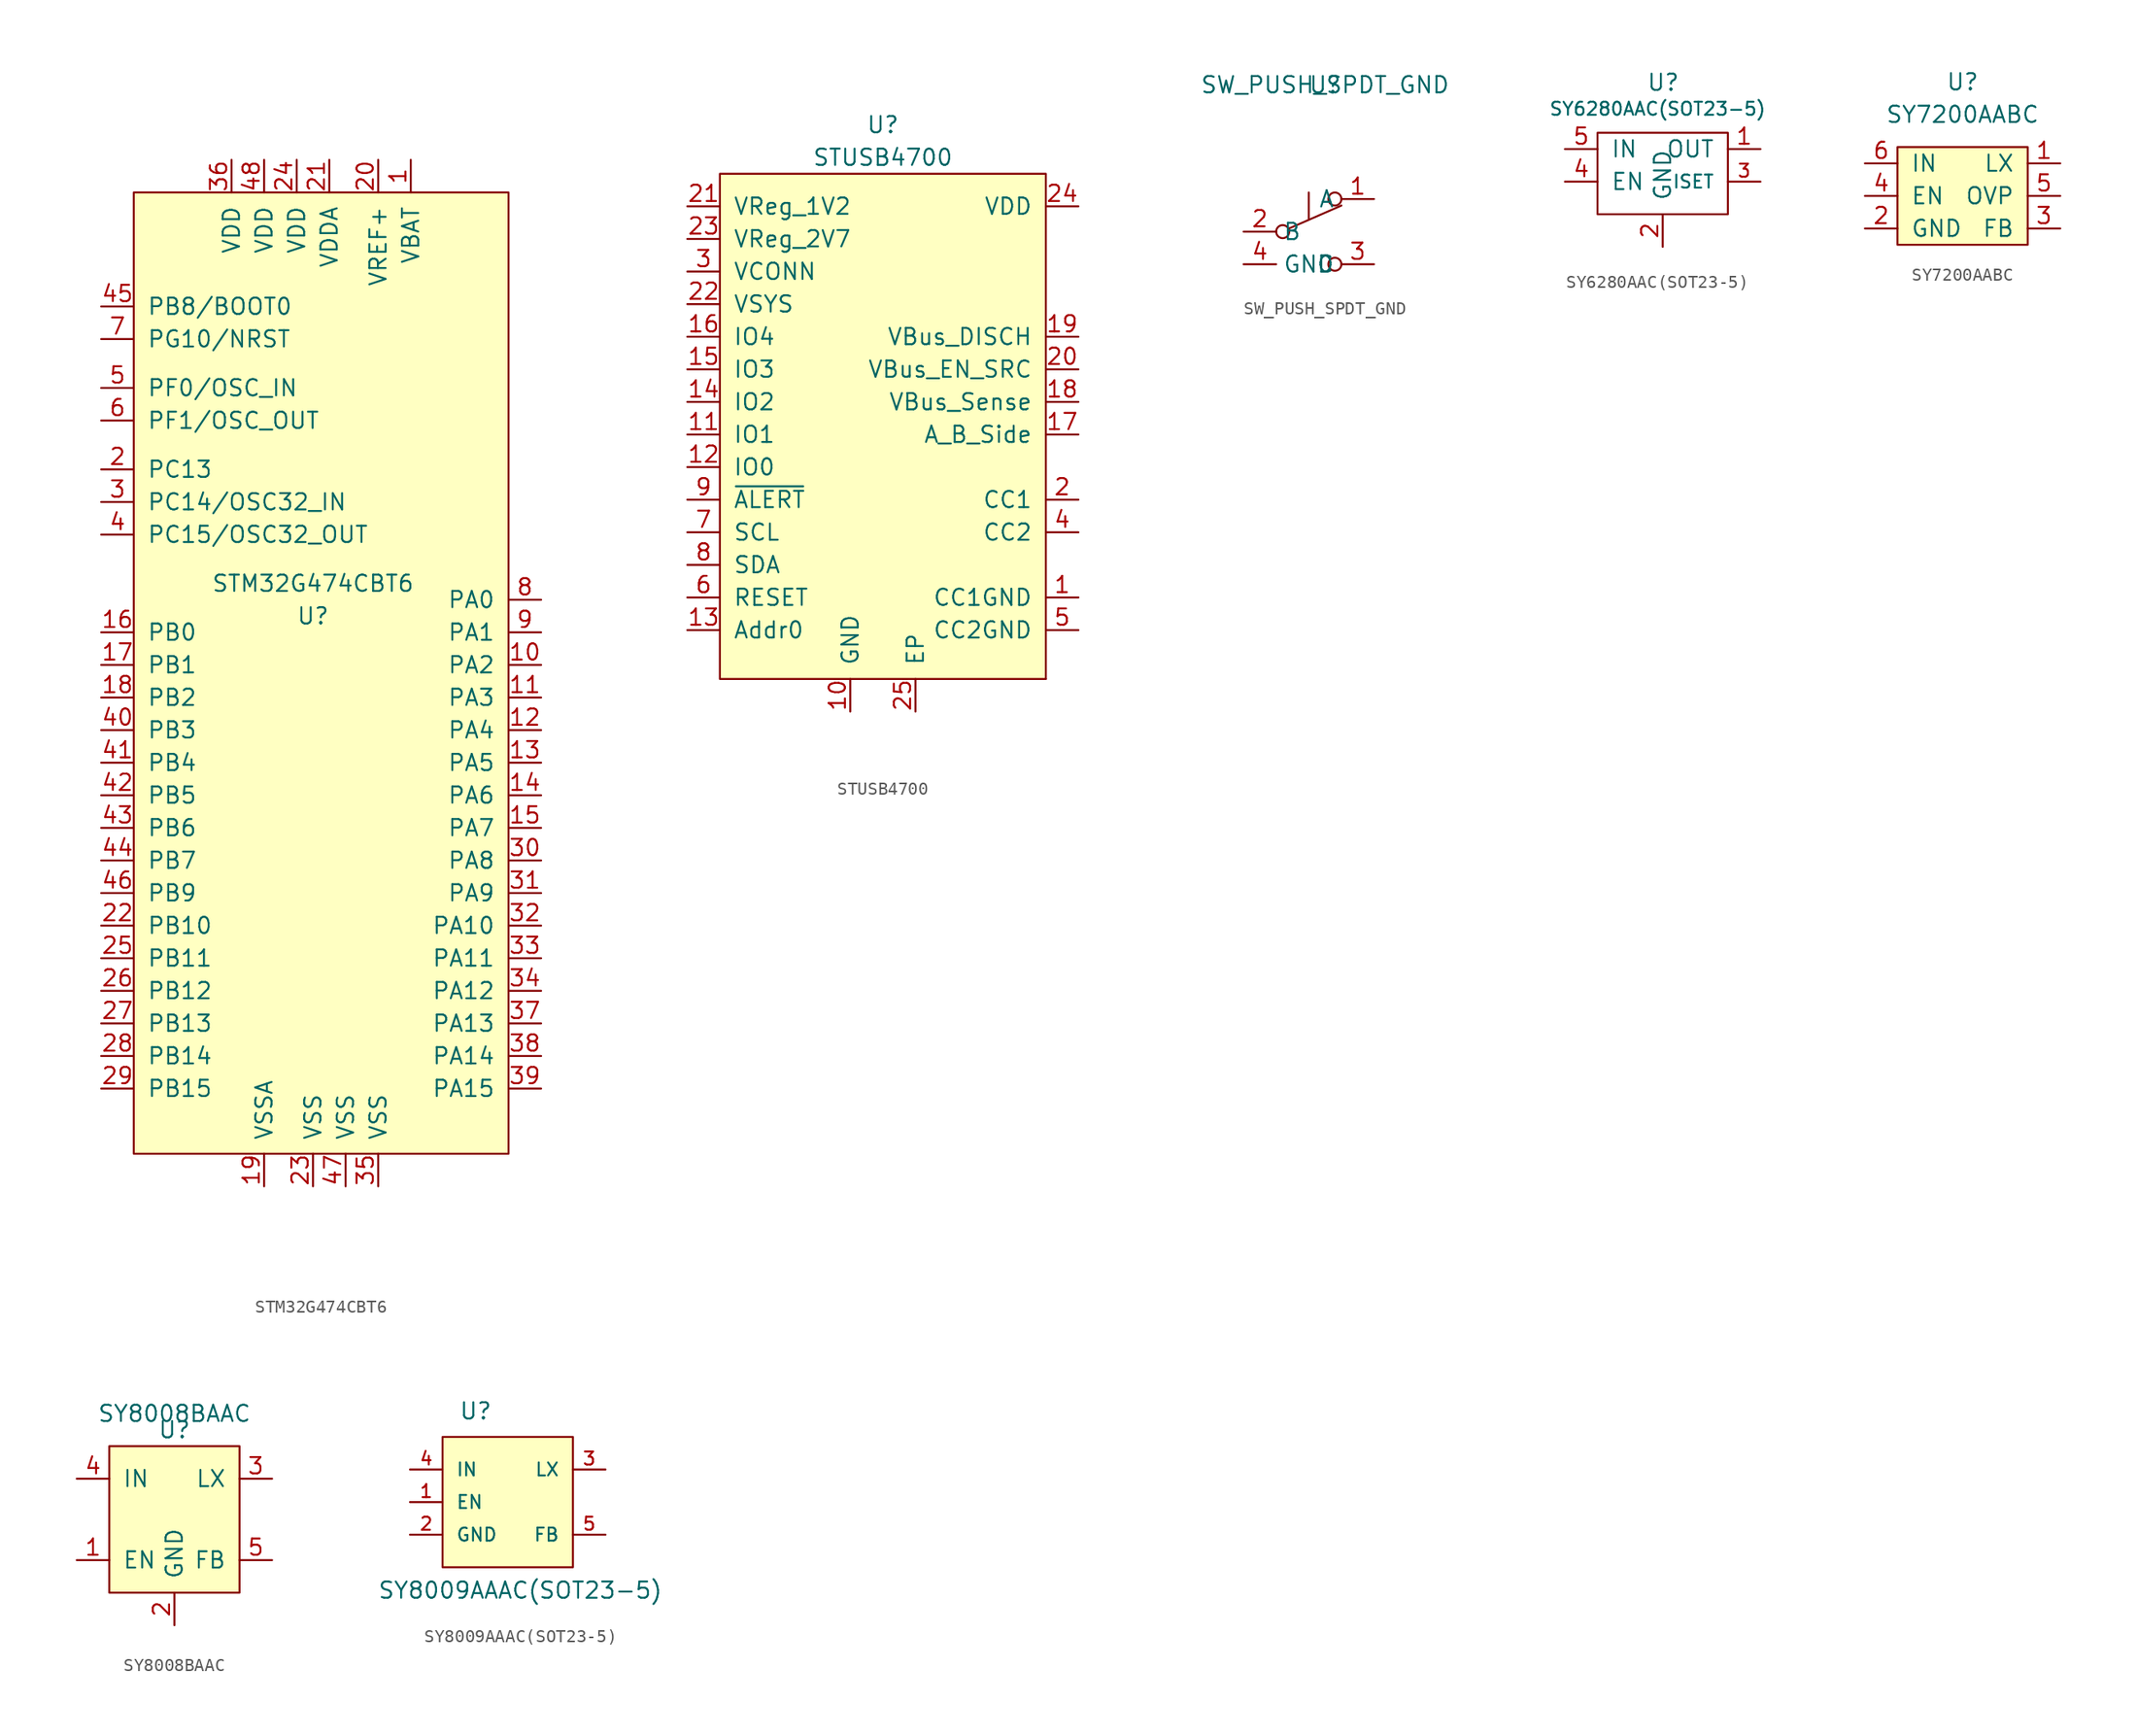
<source format=kicad_sym>
(kicad_symbol_lib
  (version 20211014)
  (generator kicad_symbol_editor)
  (symbol "STM32G474CBT6"
    (pin_names
      (offset 1.016))
    (property "Reference" "U"
      (at 0 7.62 0)
      (effects (font (size 1.27 1.27))))
    (property "Value" "STM32G474CBT6"
      (at 0 10.16 0)
      (effects (font (size 1.27 1.27))))
    (symbol "STM32G474CBT6_0_0"
      (pin unspecified line (at 17.78 3.81 180) (length 2.54) (name "PA2" (effects (font (size 1.27 1.27)))) (number "10" (effects (font (size 1.27 1.27)))))
      (pin unspecified line (at 17.78 1.27 180) (length 2.54) (name "PA3" (effects (font (size 1.27 1.27)))) (number "11" (effects (font (size 1.27 1.27)))))
      (pin unspecified line (at 17.78 -1.27 180) (length 2.54) (name "PA4" (effects (font (size 1.27 1.27)))) (number "12" (effects (font (size 1.27 1.27)))))
      (pin unspecified line (at 17.78 -3.81 180) (length 2.54) (name "PA5" (effects (font (size 1.27 1.27)))) (number "13" (effects (font (size 1.27 1.27)))))
      (pin unspecified line (at 17.78 -6.35 180) (length 2.54) (name "PA6" (effects (font (size 1.27 1.27)))) (number "14" (effects (font (size 1.27 1.27)))))
      (pin unspecified line (at 17.78 -8.89 180) (length 2.54) (name "PA7" (effects (font (size 1.27 1.27)))) (number "15" (effects (font (size 1.27 1.27)))))
      (pin unspecified line (at -16.51 6.35 0) (length 2.54) (name "PB0" (effects (font (size 1.27 1.27)))) (number "16" (effects (font (size 1.27 1.27)))))
      (pin unspecified line (at -16.51 3.81 0) (length 2.54) (name "PB1" (effects (font (size 1.27 1.27)))) (number "17" (effects (font (size 1.27 1.27)))))
      (pin unspecified line (at -16.51 1.27 0) (length 2.54) (name "PB2" (effects (font (size 1.27 1.27)))) (number "18" (effects (font (size 1.27 1.27)))))
      (pin unspecified line (at -3.81 -36.83 90) (length 2.54) (name "VSSA" (effects (font (size 1.27 1.27)))) (number "19" (effects (font (size 1.27 1.27)))))
      (pin unspecified line (at 5.08 43.18 270) (length 2.54) (name "VREF+" (effects (font (size 1.27 1.27)))) (number "20" (effects (font (size 1.27 1.27)))))
      (pin unspecified line (at 1.27 43.18 270) (length 2.54) (name "VDDA" (effects (font (size 1.27 1.27)))) (number "21" (effects (font (size 1.27 1.27)))))
      (pin unspecified line (at -16.51 -16.51 0) (length 2.54) (name "PB10" (effects (font (size 1.27 1.27)))) (number "22" (effects (font (size 1.27 1.27)))))
      (pin unspecified line (at 0 -36.83 90) (length 2.54) (name "VSS" (effects (font (size 1.27 1.27)))) (number "23" (effects (font (size 1.27 1.27)))))
      (pin unspecified line (at -1.27 43.18 270) (length 2.54) (name "VDD" (effects (font (size 1.27 1.27)))) (number "24" (effects (font (size 1.27 1.27)))))
      (pin unspecified line (at -16.51 -19.05 0) (length 2.54) (name "PB11" (effects (font (size 1.27 1.27)))) (number "25" (effects (font (size 1.27 1.27)))))
      (pin unspecified line (at -16.51 -21.59 0) (length 2.54) (name "PB12" (effects (font (size 1.27 1.27)))) (number "26" (effects (font (size 1.27 1.27)))))
      (pin unspecified line (at -16.51 -24.13 0) (length 2.54) (name "PB13" (effects (font (size 1.27 1.27)))) (number "27" (effects (font (size 1.27 1.27)))))
      (pin unspecified line (at -16.51 -26.67 0) (length 2.54) (name "PB14" (effects (font (size 1.27 1.27)))) (number "28" (effects (font (size 1.27 1.27)))))
      (pin unspecified line (at -16.51 -29.21 0) (length 2.54) (name "PB15" (effects (font (size 1.27 1.27)))) (number "29" (effects (font (size 1.27 1.27)))))
      (pin unspecified line (at 17.78 -11.43 180) (length 2.54) (name "PA8" (effects (font (size 1.27 1.27)))) (number "30" (effects (font (size 1.27 1.27)))))
      (pin unspecified line (at 17.78 -13.97 180) (length 2.54) (name "PA9" (effects (font (size 1.27 1.27)))) (number "31" (effects (font (size 1.27 1.27)))))
      (pin unspecified line (at 17.78 -16.51 180) (length 2.54) (name "PA10" (effects (font (size 1.27 1.27)))) (number "32" (effects (font (size 1.27 1.27)))))
      (pin unspecified line (at 17.78 -19.05 180) (length 2.54) (name "PA11" (effects (font (size 1.27 1.27)))) (number "33" (effects (font (size 1.27 1.27)))))
      (pin unspecified line (at 17.78 -21.59 180) (length 2.54) (name "PA12" (effects (font (size 1.27 1.27)))) (number "34" (effects (font (size 1.27 1.27)))))
      (pin unspecified line (at 5.08 -36.83 90) (length 2.54) (name "VSS" (effects (font (size 1.27 1.27)))) (number "35" (effects (font (size 1.27 1.27)))))
      (pin unspecified line (at -6.35 43.18 270) (length 2.54) (name "VDD" (effects (font (size 1.27 1.27)))) (number "36" (effects (font (size 1.27 1.27)))))
      (pin unspecified line (at 17.78 -24.13 180) (length 2.54) (name "PA13" (effects (font (size 1.27 1.27)))) (number "37" (effects (font (size 1.27 1.27)))))
      (pin unspecified line (at 17.78 -26.67 180) (length 2.54) (name "PA14" (effects (font (size 1.27 1.27)))) (number "38" (effects (font (size 1.27 1.27)))))
      (pin unspecified line (at 17.78 -29.21 180) (length 2.54) (name "PA15" (effects (font (size 1.27 1.27)))) (number "39" (effects (font (size 1.27 1.27)))))
      (pin unspecified line (at -16.51 -1.27 0) (length 2.54) (name "PB3" (effects (font (size 1.27 1.27)))) (number "40" (effects (font (size 1.27 1.27)))))
      (pin unspecified line (at -16.51 -3.81 0) (length 2.54) (name "PB4" (effects (font (size 1.27 1.27)))) (number "41" (effects (font (size 1.27 1.27)))))
      (pin unspecified line (at -16.51 -6.35 0) (length 2.54) (name "PB5" (effects (font (size 1.27 1.27)))) (number "42" (effects (font (size 1.27 1.27)))))
      (pin unspecified line (at -16.51 -8.89 0) (length 2.54) (name "PB6" (effects (font (size 1.27 1.27)))) (number "43" (effects (font (size 1.27 1.27)))))
      (pin unspecified line (at -16.51 -11.43 0) (length 2.54) (name "PB7" (effects (font (size 1.27 1.27)))) (number "44" (effects (font (size 1.27 1.27)))))
      (pin unspecified line (at -16.51 31.75 0) (length 2.54) (name "PB8/BOOT0" (effects (font (size 1.27 1.27)))) (number "45" (effects (font (size 1.27 1.27)))))
      (pin unspecified line (at -16.51 -13.97 0) (length 2.54) (name "PB9" (effects (font (size 1.27 1.27)))) (number "46" (effects (font (size 1.27 1.27)))))
      (pin unspecified line (at 2.54 -36.83 90) (length 2.54) (name "VSS" (effects (font (size 1.27 1.27)))) (number "47" (effects (font (size 1.27 1.27)))))
      (pin unspecified line (at -3.81 43.18 270) (length 2.54) (name "VDD" (effects (font (size 1.27 1.27)))) (number "48" (effects (font (size 1.27 1.27)))))
      (pin input line (at -16.51 22.86 0) (length 2.54) (name "PF1/OSC_OUT" (effects (font (size 1.27 1.27)))) (number "6" (effects (font (size 1.27 1.27)))))
      (pin input line (at -16.51 29.21 0) (length 2.54) (name "PG10/NRST" (effects (font (size 1.27 1.27)))) (number "7" (effects (font (size 1.27 1.27)))))
      (pin input line (at 17.78 8.89 180) (length 2.54) (name "PA0" (effects (font (size 1.27 1.27)))) (number "8" (effects (font (size 1.27 1.27)))))
      (pin unspecified line (at 17.78 6.35 180) (length 2.54) (name "PA1" (effects (font (size 1.27 1.27)))) (number "9" (effects (font (size 1.27 1.27))))))
    (symbol "STM32G474CBT6_0_1"
      (rectangle (start -13.97 40.64) (end 15.24 -34.29) (stroke (width 0) (type default) (color 0 0 0 0)) (fill (type background))))
    (symbol "STM32G474CBT6_1_1"
      (pin input line (at 7.62 43.18 270) (length 2.54) (name "VBAT" (effects (font (size 1.27 1.27)))) (number "1" (effects (font (size 1.27 1.27)))))
      (pin input line (at -16.51 19.05 0) (length 2.54) (name "PC13" (effects (font (size 1.27 1.27)))) (number "2" (effects (font (size 1.27 1.27)))))
      (pin input line (at -16.51 16.51 0) (length 2.54) (name "PC14/OSC32_IN" (effects (font (size 1.27 1.27)))) (number "3" (effects (font (size 1.27 1.27)))))
      (pin input line (at -16.51 13.97 0) (length 2.54) (name "PC15/OSC32_OUT" (effects (font (size 1.27 1.27)))) (number "4" (effects (font (size 1.27 1.27)))))
      (pin input line (at -16.51 25.4 0) (length 2.54) (name "PF0/OSC_IN" (effects (font (size 1.27 1.27)))) (number "5" (effects (font (size 1.27 1.27)))))))
  (symbol "STUSB4700"
    (pin_names
      (offset 1.016))
    (property "Reference" "U"
      (at 0 27.94 0)
      (effects (font (size 1.27 1.27))))
    (property "Value" "STUSB4700"
      (at 0 25.4 0)
      (effects (font (size 1.27 1.27))))
    (symbol "STUSB4700_0_1"
      (rectangle (start -12.7 24.13) (end 12.7 -15.24) (stroke (width 0) (type default) (color 0 0 0 0)) (fill (type background)))
      (rectangle (start 12.7 -15.24) (end 12.7 -15.24) (stroke (width 0) (type default) (color 0 0 0 0)) (fill (type none))))
    (symbol "STUSB4700_1_1"
      (pin input line (at 15.24 -8.89 180) (length 2.54) (name "CC1GND" (effects (font (size 1.27 1.27)))) (number "1" (effects (font (size 1.27 1.27)))))
      (pin input line (at -2.54 -17.78 90) (length 2.54) (name "GND" (effects (font (size 1.27 1.27)))) (number "10" (effects (font (size 1.27 1.27)))))
      (pin input line (at -15.24 3.81 0) (length 2.54) (name "IO1" (effects (font (size 1.27 1.27)))) (number "11" (effects (font (size 1.27 1.27)))))
      (pin input line (at -15.24 1.27 0) (length 2.54) (name "IO0" (effects (font (size 1.27 1.27)))) (number "12" (effects (font (size 1.27 1.27)))))
      (pin input line (at -15.24 -11.43 0) (length 2.54) (name "Addr0" (effects (font (size 1.27 1.27)))) (number "13" (effects (font (size 1.27 1.27)))))
      (pin input line (at -15.24 6.35 0) (length 2.54) (name "IO2" (effects (font (size 1.27 1.27)))) (number "14" (effects (font (size 1.27 1.27)))))
      (pin input line (at -15.24 8.89 0) (length 2.54) (name "IO3" (effects (font (size 1.27 1.27)))) (number "15" (effects (font (size 1.27 1.27)))))
      (pin input line (at -15.24 11.43 0) (length 2.54) (name "IO4" (effects (font (size 1.27 1.27)))) (number "16" (effects (font (size 1.27 1.27)))))
      (pin input line (at 15.24 3.81 180) (length 2.54) (name "A_B_Side" (effects (font (size 1.27 1.27)))) (number "17" (effects (font (size 1.27 1.27)))))
      (pin input line (at 15.24 6.35 180) (length 2.54) (name "VBus_Sense" (effects (font (size 1.27 1.27)))) (number "18" (effects (font (size 1.27 1.27)))))
      (pin input line (at 15.24 11.43 180) (length 2.54) (name "VBus_DISCH" (effects (font (size 1.27 1.27)))) (number "19" (effects (font (size 1.27 1.27)))))
      (pin input line (at 15.24 -1.27 180) (length 2.54) (name "CC1" (effects (font (size 1.27 1.27)))) (number "2" (effects (font (size 1.27 1.27)))))
      (pin input line (at 15.24 8.89 180) (length 2.54) (name "VBus_EN_SRC" (effects (font (size 1.27 1.27)))) (number "20" (effects (font (size 1.27 1.27)))))
      (pin input line (at -15.24 21.59 0) (length 2.54) (name "VReg_1V2" (effects (font (size 1.27 1.27)))) (number "21" (effects (font (size 1.27 1.27)))))
      (pin input line (at -15.24 13.97 0) (length 2.54) (name "VSYS" (effects (font (size 1.27 1.27)))) (number "22" (effects (font (size 1.27 1.27)))))
      (pin input line (at -15.24 19.05 0) (length 2.54) (name "VReg_2V7" (effects (font (size 1.27 1.27)))) (number "23" (effects (font (size 1.27 1.27)))))
      (pin input line (at 15.24 21.59 180) (length 2.54) (name "VDD" (effects (font (size 1.27 1.27)))) (number "24" (effects (font (size 1.27 1.27)))))
      (pin input line (at 2.54 -17.78 90) (length 2.54) (name "EP" (effects (font (size 1.27 1.27)))) (number "25" (effects (font (size 1.27 1.27)))))
      (pin input line (at -15.24 16.51 0) (length 2.54) (name "VCONN" (effects (font (size 1.27 1.27)))) (number "3" (effects (font (size 1.27 1.27)))))
      (pin input line (at 15.24 -3.81 180) (length 2.54) (name "CC2" (effects (font (size 1.27 1.27)))) (number "4" (effects (font (size 1.27 1.27)))))
      (pin input line (at 15.24 -11.43 180) (length 2.54) (name "CC2GND" (effects (font (size 1.27 1.27)))) (number "5" (effects (font (size 1.27 1.27)))))
      (pin input line (at -15.24 -8.89 0) (length 2.54) (name "RESET" (effects (font (size 1.27 1.27)))) (number "6" (effects (font (size 1.27 1.27)))))
      (pin input line (at -15.24 -3.81 0) (length 2.54) (name "SCL" (effects (font (size 1.27 1.27)))) (number "7" (effects (font (size 1.27 1.27)))))
      (pin input line (at -15.24 -6.35 0) (length 2.54) (name "SDA" (effects (font (size 1.27 1.27)))) (number "8" (effects (font (size 1.27 1.27)))))
      (pin input line (at -15.24 -1.27 0) (length 2.54) (name "~{ALERT}" (effects (font (size 1.27 1.27)))) (number "9" (effects (font (size 1.27 1.27)))))))
  (symbol "SW_PUSH_SPDT_GND"
    (property "Reference" "U"
      (at 1.27 11.43 0)
      (effects (font (size 1.27 1.27))))
    (property "Value" "SW_PUSH_SPDT_GND"
      (at 1.27 11.43 0)
      (effects (font (size 1.27 1.27))))
    (symbol "SW_PUSH_SPDT_GND_0_0"
      (circle (center -2.032 0) (radius 0.508) (stroke (width 0) (type default) (color 0 0 0 0)) (fill (type none)))
      (polyline (pts (xy 0 1.016) (xy 0 3.048)) (stroke (width 0) (type default) (color 0 0 0 0)) (fill (type none)))
      (circle (center 2.032 -2.54) (radius 0.508) (stroke (width 0) (type default) (color 0 0 0 0)) (fill (type none))))
    (symbol "SW_PUSH_SPDT_GND_0_1"
      (polyline (pts (xy -1.524 0.254) (xy 2.54 2.032)) (stroke (width 0) (type default) (color 0 0 0 0)) (fill (type none)))
      (circle (center 2.032 2.54) (radius 0.508) (stroke (width 0) (type default) (color 0 0 0 0)) (fill (type none))))
    (symbol "SW_PUSH_SPDT_GND_1_1"
      (pin passive line (at 5.08 2.54 180) (length 2.54) (name "A" (effects (font (size 1.27 1.27)))) (number "1" (effects (font (size 1.27 1.27)))))
      (pin passive line (at -5.08 0 0) (length 2.54) (name "B" (effects (font (size 1.27 1.27)))) (number "2" (effects (font (size 1.27 1.27)))))
      (pin passive line (at 5.08 -2.54 180) (length 2.54) (name "C" (effects (font (size 1.27 1.27)))) (number "3" (effects (font (size 1.27 1.27)))))
      (pin passive line (at -5.08 -2.54 0) (length 2.54) (name "GND" (effects (font (size 1.27 1.27)))) (number "4" (effects (font (size 1.27 1.27)))))))
  (symbol "SY6280AAC(SOT23-5)"
    (pin_names
      (offset 1.016))
    (property "Reference" "U"
      (at -1.27 6.985 0)
      (effects (font (size 1.27 1.27)) (justify left bottom)))
    (property "Value" "SY6280AAC(SOT23-5)"
      (at -8.89 5.08 0)
      (effects (font (size 1.016 1.016)) (justify left bottom)))
    (property "Datasheet" ""
      (at 0 5.08 0)
      (effects (font (size 1.524 1.524))))
    (property "ki_locked" ""
      (at 0 0 0)
      (effects (font (size 1.27 1.27))))
    (symbol "SY6280AAC(SOT23-5)_0_1"
      (rectangle (start -5.08 3.81) (end 5.08 -2.54) (stroke (width 0) (type default) (color 0 0 0 0)) (fill (type none))))
    (symbol "SY6280AAC(SOT23-5)_1_1"
      (pin output line (at 7.62 2.54 180) (length 2.54) (name "OUT" (effects (font (size 1.27 1.27)))) (number "1" (effects (font (size 1.27 1.27)))))
      (pin power_in line (at 0 -5.08 90) (length 2.54) (name "GND" (effects (font (size 1.27 1.27)))) (number "2" (effects (font (size 1.27 1.27)))))
      (pin input line (at 7.62 0 180) (length 2.54) (name "ISET" (effects (font (size 1.016 1.016)))) (number "3" (effects (font (size 1.016 1.016)))))
      (pin input line (at -7.62 0 0) (length 2.54) (name "EN" (effects (font (size 1.27 1.27)))) (number "4" (effects (font (size 1.27 1.27)))))
      (pin power_in line (at -7.62 2.54 0) (length 2.54) (name "IN" (effects (font (size 1.27 1.27)))) (number "5" (effects (font (size 1.27 1.27)))))))
  (symbol "SY7200AABC"
    (pin_names
      (offset 1.016))
    (property "Reference" "U"
      (at 0 8.89 0)
      (effects (font (size 1.27 1.27))))
    (property "Value" "SY7200AABC"
      (at 0 6.35 0)
      (effects (font (size 1.27 1.27))))
    (symbol "SY7200AABC_0_1"
      (rectangle (start -5.08 3.81) (end 5.08 -3.81) (stroke (width 0) (type default) (color 0 0 0 0)) (fill (type background))))
    (symbol "SY7200AABC_1_1"
      (pin input line (at 7.62 2.54 180) (length 2.54) (name "LX" (effects (font (size 1.27 1.27)))) (number "1" (effects (font (size 1.27 1.27)))))
      (pin input line (at -7.62 -2.54 0) (length 2.54) (name "GND" (effects (font (size 1.27 1.27)))) (number "2" (effects (font (size 1.27 1.27)))))
      (pin input line (at 7.62 -2.54 180) (length 2.54) (name "FB" (effects (font (size 1.27 1.27)))) (number "3" (effects (font (size 1.27 1.27)))))
      (pin input line (at -7.62 0 0) (length 2.54) (name "EN" (effects (font (size 1.27 1.27)))) (number "4" (effects (font (size 1.27 1.27)))))
      (pin input line (at 7.62 0 180) (length 2.54) (name "OVP" (effects (font (size 1.27 1.27)))) (number "5" (effects (font (size 1.27 1.27)))))
      (pin input line (at -7.62 2.54 0) (length 2.54) (name "IN" (effects (font (size 1.27 1.27)))) (number "6" (effects (font (size 1.27 1.27)))))))
  (symbol "SY8008BAAC"
    (pin_names
      (offset 1.016))
    (property "Reference" "U"
      (at 0 6.35 0)
      (effects (font (size 1.27 1.27))))
    (property "Value" "SY8008BAAC"
      (at 0 7.62 0)
      (effects (font (size 1.27 1.27))))
    (symbol "SY8008BAAC_0_1"
      (rectangle (start -5.08 5.08) (end 5.08 -6.35) (stroke (width 0) (type default) (color 0 0 0 0)) (fill (type background))))
    (symbol "SY8008BAAC_1_1"
      (pin input line (at -7.62 -3.81 0) (length 2.54) (name "EN" (effects (font (size 1.27 1.27)))) (number "1" (effects (font (size 1.27 1.27)))))
      (pin input line (at 0 -8.89 90) (length 2.54) (name "GND" (effects (font (size 1.27 1.27)))) (number "2" (effects (font (size 1.27 1.27)))))
      (pin input line (at 7.62 2.54 180) (length 2.54) (name "LX" (effects (font (size 1.27 1.27)))) (number "3" (effects (font (size 1.27 1.27)))))
      (pin input line (at -7.62 2.54 0) (length 2.54) (name "IN" (effects (font (size 1.27 1.27)))) (number "4" (effects (font (size 1.27 1.27)))))
      (pin input line (at 7.62 -3.81 180) (length 2.54) (name "FB" (effects (font (size 1.27 1.27)))) (number "5" (effects (font (size 1.27 1.27)))))))
  (symbol "SY8009AAAC(SOT23-5)"
    (pin_names
      (offset 1.016))
    (property "Reference" "U"
      (at -3.81 6.35 0)
      (effects (font (size 1.27 1.27)) (justify left bottom)))
    (property "Value" "SY8009AAAC(SOT23-5)"
      (at -10.16 -7.62 0)
      (effects (font (size 1.27 1.27)) (justify left bottom)))
    (property "Datasheet" ""
      (at 0 0 0)
      (effects (font (size 1.524 1.524))))
    (property "ki_locked" ""
      (at 0 0 0)
      (effects (font (size 1.27 1.27))))
    (symbol "SY8009AAAC(SOT23-5)_0_1"
      (rectangle (start -5.08 5.08) (end 5.08 -5.08) (stroke (width 0) (type default) (color 0 0 0 0)) (fill (type background))))
    (symbol "SY8009AAAC(SOT23-5)_1_1"
      (pin input line (at -7.62 0 0) (length 2.54) (name "EN" (effects (font (size 1.016 1.016)))) (number "1" (effects (font (size 1.016 1.016)))))
      (pin power_in line (at -7.62 -2.54 0) (length 2.54) (name "GND" (effects (font (size 1.016 1.016)))) (number "2" (effects (font (size 1.016 1.016)))))
      (pin output line (at 7.62 2.54 180) (length 2.54) (name "LX" (effects (font (size 1.016 1.016)))) (number "3" (effects (font (size 1.016 1.016)))))
      (pin input line (at -7.62 2.54 0) (length 2.54) (name "IN" (effects (font (size 1.016 1.016)))) (number "4" (effects (font (size 1.016 1.016)))))
      (pin input line (at 7.62 -2.54 180) (length 2.54) (name "FB" (effects (font (size 1.016 1.016)))) (number "5" (effects (font (size 1.016 1.016))))))))
</source>
